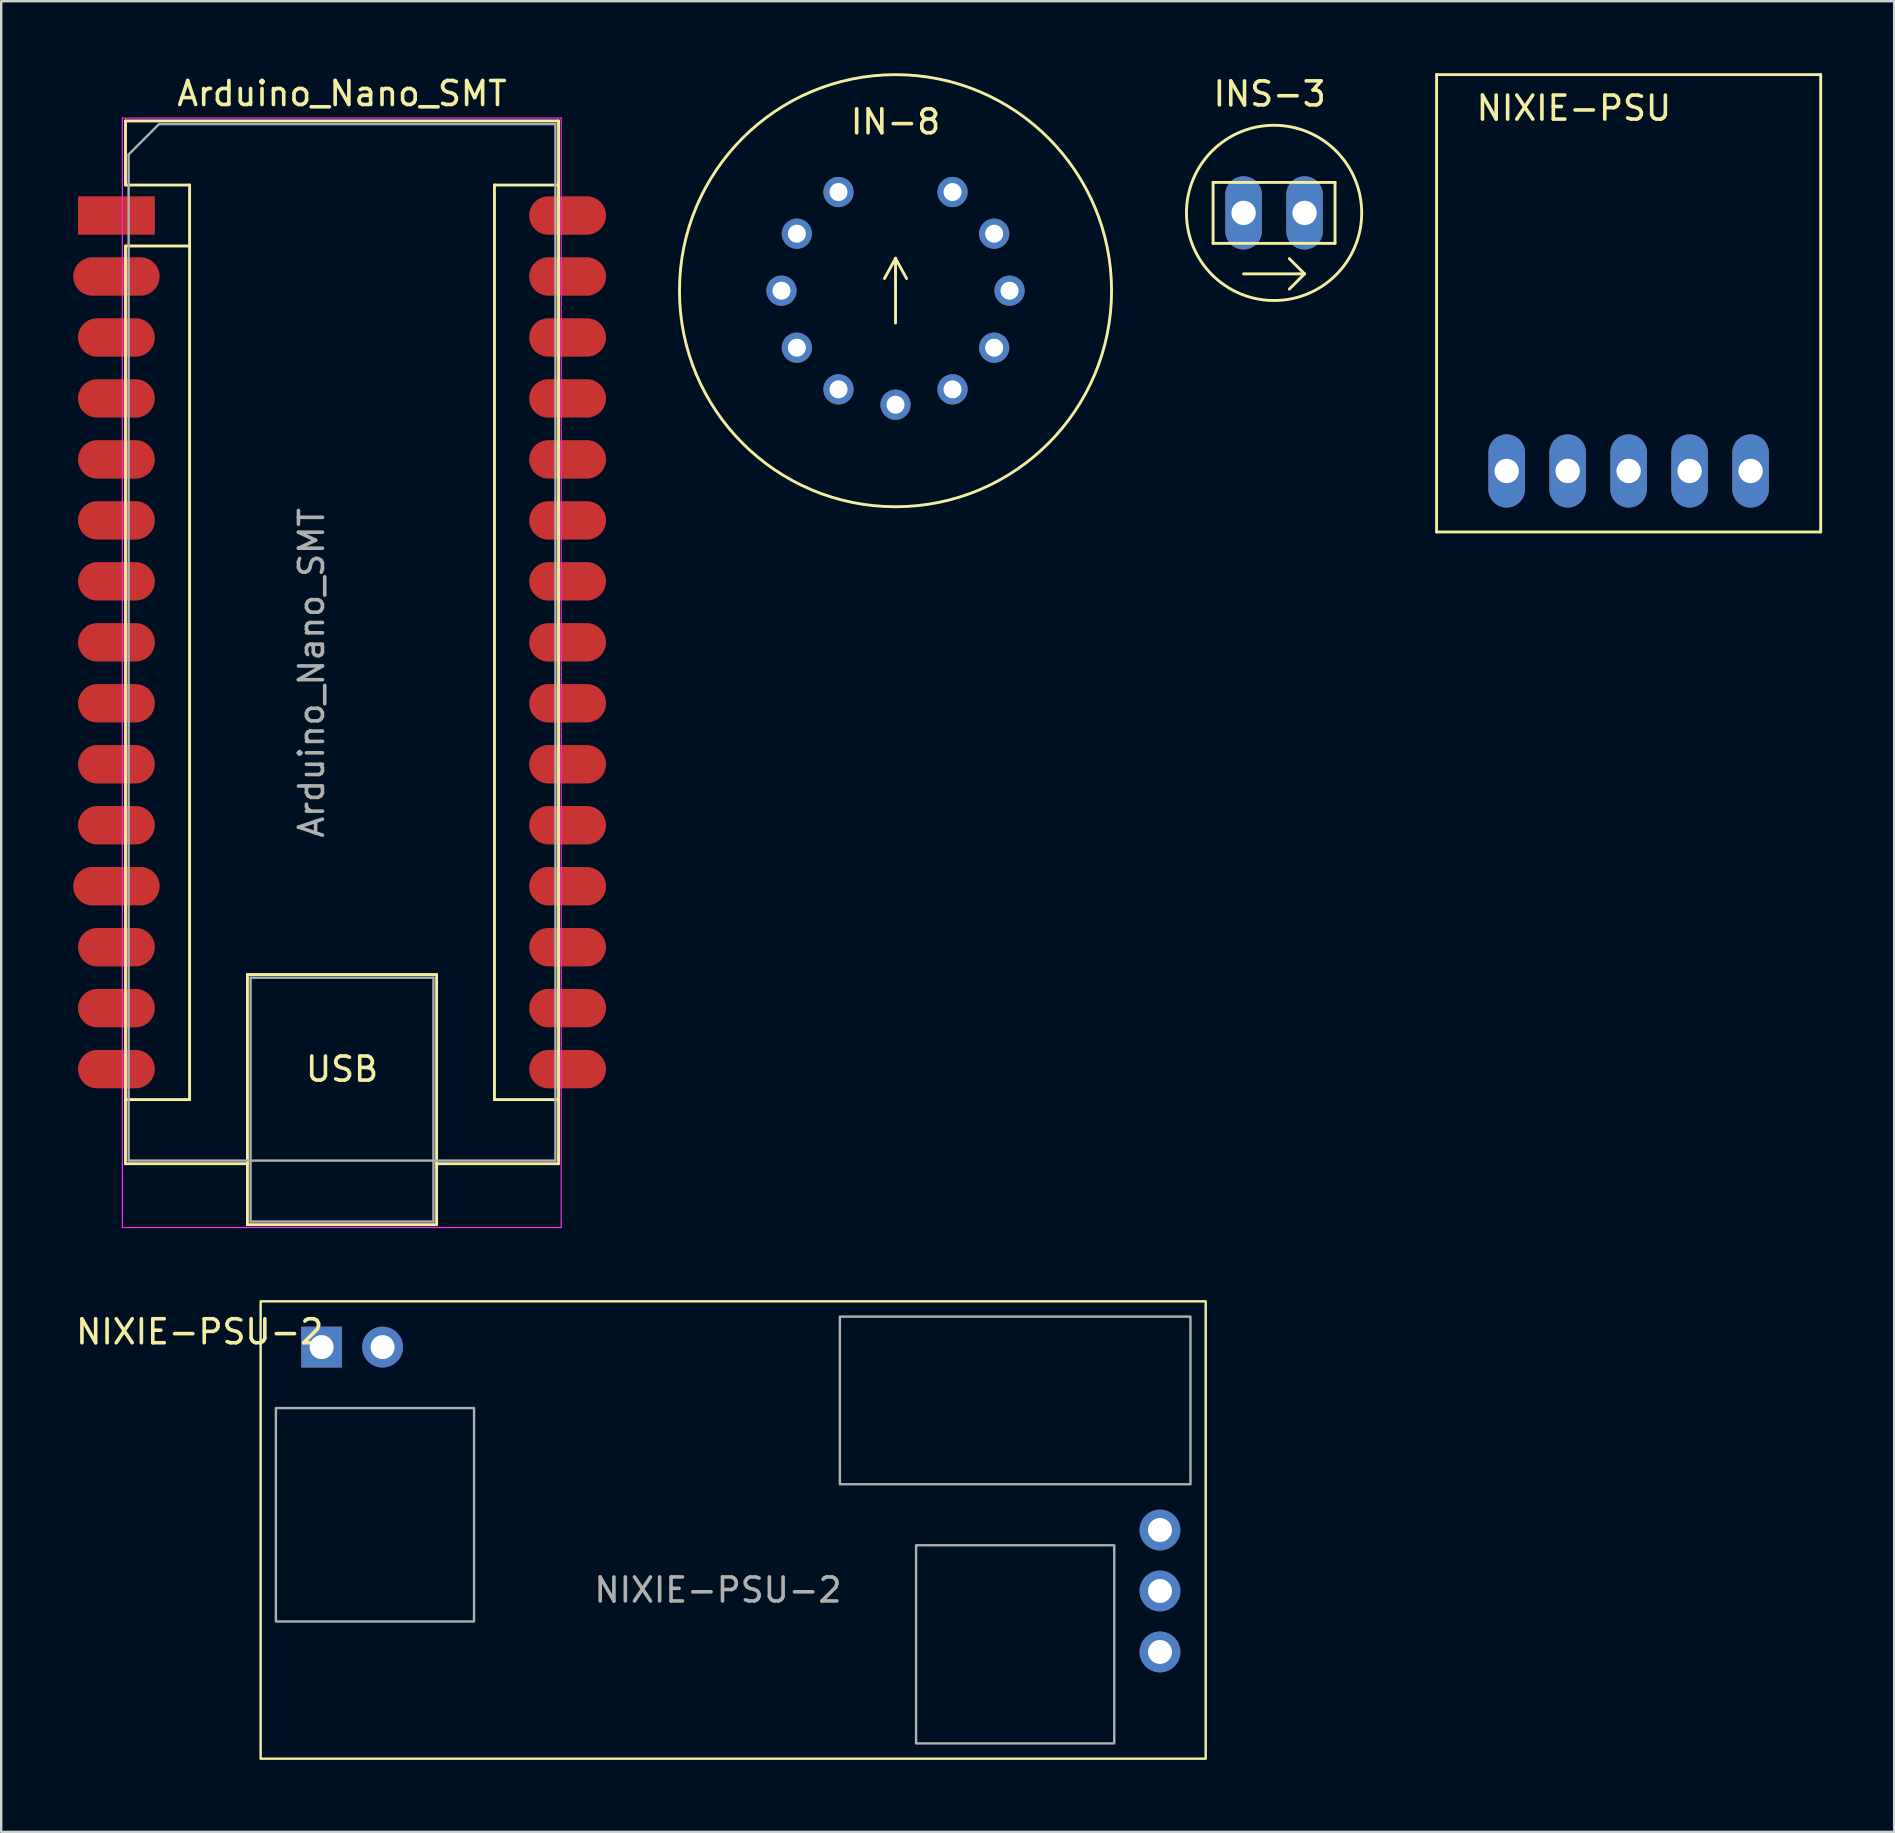
<source format=kicad_pcb>
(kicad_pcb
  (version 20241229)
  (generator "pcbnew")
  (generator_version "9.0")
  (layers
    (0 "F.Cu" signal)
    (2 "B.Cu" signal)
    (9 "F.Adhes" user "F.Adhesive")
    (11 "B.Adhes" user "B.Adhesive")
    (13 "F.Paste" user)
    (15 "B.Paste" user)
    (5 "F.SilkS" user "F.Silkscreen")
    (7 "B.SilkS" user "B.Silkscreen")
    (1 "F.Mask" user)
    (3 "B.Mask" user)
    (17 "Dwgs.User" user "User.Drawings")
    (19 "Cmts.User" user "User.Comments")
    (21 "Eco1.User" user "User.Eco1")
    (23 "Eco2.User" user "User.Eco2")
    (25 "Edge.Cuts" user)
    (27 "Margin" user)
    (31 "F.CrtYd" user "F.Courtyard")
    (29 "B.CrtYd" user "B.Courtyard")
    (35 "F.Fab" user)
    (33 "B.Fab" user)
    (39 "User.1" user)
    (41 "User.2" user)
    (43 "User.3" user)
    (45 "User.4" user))
  (footprint "Arduino_Nano_SMT"
    (layer "F.Cu")
    (at 3.578 5.928)
    (property "Reference" "Arduino_Nano_SMT" (at 7.62 -5.08 0) (layer "F.SilkS") (effects (font (size 1 1) (thickness 0.15))))
    (attr through_hole)
    (fp_line (start -1.4 -3.94) (end -1.4 -1.27) (stroke (width 0.12) (type solid)) (layer "F.SilkS"))
    (fp_line (start -1.4 1.27) (end -1.4 39.5) (stroke (width 0.12) (type solid)) (layer "F.SilkS"))
    (fp_line (start -1.4 39.5) (end 3.68 39.5) (stroke (width 0.12) (type solid)) (layer "F.SilkS"))
    (fp_line (start 1.27 -1.27) (end -1.4 -1.27) (stroke (width 0.12) (type solid)) (layer "F.SilkS"))
    (fp_line (start 1.27 1.27) (end -1.4 1.27) (stroke (width 0.12) (type solid)) (layer "F.SilkS"))
    (fp_line (start 1.27 1.27) (end 1.27 -1.27) (stroke (width 0.12) (type solid)) (layer "F.SilkS"))
    (fp_line (start 1.27 1.27) (end 1.27 36.83) (stroke (width 0.12) (type solid)) (layer "F.SilkS"))
    (fp_line (start 1.27 36.83) (end -1.4 36.83) (stroke (width 0.12) (type solid)) (layer "F.SilkS"))
    (fp_line (start 3.68 31.62) (end 11.56 31.62) (stroke (width 0.12) (type solid)) (layer "F.SilkS"))
    (fp_line (start 3.68 42.04) (end 3.68 31.62) (stroke (width 0.12) (type solid)) (layer "F.SilkS"))
    (fp_line (start 11.56 31.62) (end 11.56 42.04) (stroke (width 0.12) (type solid)) (layer "F.SilkS"))
    (fp_line (start 11.56 42.04) (end 3.68 42.04) (stroke (width 0.12) (type solid)) (layer "F.SilkS"))
    (fp_line (start 13.97 -1.27) (end 13.97 36.83) (stroke (width 0.12) (type solid)) (layer "F.SilkS"))
    (fp_line (start 13.97 -1.27) (end 16.64 -1.27) (stroke (width 0.12) (type solid)) (layer "F.SilkS"))
    (fp_line (start 13.97 36.83) (end 16.64 36.83) (stroke (width 0.12) (type solid)) (layer "F.SilkS"))
    (fp_line (start 16.64 -3.94) (end -1.4 -3.94) (stroke (width 0.12) (type solid)) (layer "F.SilkS"))
    (fp_line (start 16.64 39.5) (end 11.56 39.5) (stroke (width 0.12) (type solid)) (layer "F.SilkS"))
    (fp_line (start 16.64 39.5) (end 16.64 -3.94) (stroke (width 0.12) (type solid)) (layer "F.SilkS"))
    (fp_line (start -1.53 -4.06) (end -1.53 42.16) (stroke (width 0.05) (type solid)) (layer "F.CrtYd"))
    (fp_line (start -1.53 -4.06) (end 16.75 -4.06) (stroke (width 0.05) (type solid)) (layer "F.CrtYd"))
    (fp_line (start 16.75 42.16) (end -1.53 42.16) (stroke (width 0.05) (type solid)) (layer "F.CrtYd"))
    (fp_line (start 16.75 42.16) (end 16.75 -4.06) (stroke (width 0.05) (type solid)) (layer "F.CrtYd"))
    (fp_line (start -1.27 -2.54) (end 0 -3.81) (stroke (width 0.1) (type solid)) (layer "F.Fab"))
    (fp_line (start -1.27 39.37) (end -1.27 -2.54) (stroke (width 0.1) (type solid)) (layer "F.Fab"))
    (fp_line (start 0 -3.81) (end 16.51 -3.81) (stroke (width 0.1) (type solid)) (layer "F.Fab"))
    (fp_line (start 3.81 31.75) (end 11.43 31.75) (stroke (width 0.1) (type solid)) (layer "F.Fab"))
    (fp_line (start 3.81 41.91) (end 3.81 31.75) (stroke (width 0.1) (type solid)) (layer "F.Fab"))
    (fp_line (start 11.43 31.75) (end 11.43 41.91) (stroke (width 0.1) (type solid)) (layer "F.Fab"))
    (fp_line (start 11.43 41.91) (end 3.81 41.91) (stroke (width 0.1) (type solid)) (layer "F.Fab"))
    (fp_line (start 16.51 -3.81) (end 16.51 39.37) (stroke (width 0.1) (type solid)) (layer "F.Fab"))
    (fp_line (start 16.51 39.37) (end -1.27 39.37) (stroke (width 0.1) (type solid)) (layer "F.Fab"))
    (fp_text user "USB" (at 7.62 35.56 0) (unlocked yes) (layer "F.SilkS") (effects (font (size 1 1) (thickness 0.15))))
    (fp_text user "${REFERENCE}" (at 6.35 19.05 90) (layer "F.Fab") (effects (font (size 1 1) (thickness 0.15))))
    (pad "1" smd rect (at -1.778 0) (size 3.2 1.6) (layers "F.Cu" "F.Mask" "F.Paste"))
    (pad "2" smd oval (at -1.778 2.54) (size 3.6 1.6) (layers "F.Cu" "F.Mask" "F.Paste"))
    (pad "3" smd oval (at -1.778 5.08) (size 3.2 1.6) (layers "F.Cu" "F.Mask" "F.Paste"))
    (pad "4" smd oval (at -1.778 7.62) (size 3.2 1.6) (layers "F.Cu" "F.Mask" "F.Paste"))
    (pad "5" smd oval (at -1.778 10.16) (size 3.2 1.6) (layers "F.Cu" "F.Mask" "F.Paste"))
    (pad "6" smd oval (at -1.778 12.7) (size 3.2 1.6) (layers "F.Cu" "F.Mask" "F.Paste"))
    (pad "7" smd oval (at -1.778 15.24) (size 3.2 1.6) (layers "F.Cu" "F.Mask" "F.Paste"))
    (pad "8" smd oval (at -1.778 17.78) (size 3.2 1.6) (layers "F.Cu" "F.Mask" "F.Paste"))
    (pad "9" smd oval (at -1.778 20.32) (size 3.2 1.6) (layers "F.Cu" "F.Mask" "F.Paste"))
    (pad "10" smd oval (at -1.778 22.86) (size 3.2 1.6) (layers "F.Cu" "F.Mask" "F.Paste"))
    (pad "11" smd oval (at -1.778 25.4) (size 3.2 1.6) (layers "F.Cu" "F.Mask" "F.Paste"))
    (pad "12" smd oval (at -1.778 27.94) (size 3.6 1.6) (layers "F.Cu" "F.Mask" "F.Paste"))
    (pad "13" smd oval (at -1.778 30.48) (size 3.2 1.6) (layers "F.Cu" "F.Mask" "F.Paste"))
    (pad "14" smd oval (at -1.778 33.02) (size 3.2 1.6) (layers "F.Cu" "F.Mask" "F.Paste"))
    (pad "15" smd oval (at -1.778 35.56) (size 3.2 1.6) (layers "F.Cu" "F.Mask" "F.Paste"))
    (pad "16" smd oval (at 17.018 35.56) (size 3.2 1.6) (layers "F.Cu" "F.Mask" "F.Paste"))
    (pad "17" smd oval (at 17.018 33.02) (size 3.2 1.6) (layers "F.Cu" "F.Mask" "F.Paste"))
    (pad "18" smd oval (at 17.018 30.48) (size 3.2 1.6) (layers "F.Cu" "F.Mask" "F.Paste"))
    (pad "19" smd oval (at 17.018 27.94) (size 3.2 1.6) (layers "F.Cu" "F.Mask" "F.Paste"))
    (pad "20" smd oval (at 17.018 25.4) (size 3.2 1.6) (layers "F.Cu" "F.Mask" "F.Paste"))
    (pad "21" smd oval (at 17.018 22.86) (size 3.2 1.6) (layers "F.Cu" "F.Mask" "F.Paste"))
    (pad "22" smd oval (at 17.018 20.32) (size 3.2 1.6) (layers "F.Cu" "F.Mask" "F.Paste"))
    (pad "23" smd oval (at 17.018 17.78) (size 3.2 1.6) (layers "F.Cu" "F.Mask" "F.Paste"))
    (pad "24" smd oval (at 17.018 15.24) (size 3.2 1.6) (layers "F.Cu" "F.Mask" "F.Paste"))
    (pad "25" smd oval (at 17.018 12.7) (size 3.2 1.6) (layers "F.Cu" "F.Mask" "F.Paste"))
    (pad "26" smd oval (at 17.018 10.16) (size 3.2 1.6) (layers "F.Cu" "F.Mask" "F.Paste"))
    (pad "27" smd oval (at 17.018 7.62) (size 3.2 1.6) (layers "F.Cu" "F.Mask" "F.Paste"))
    (pad "28" smd oval (at 17.018 5.08) (size 3.2 1.6) (layers "F.Cu" "F.Mask" "F.Paste"))
    (pad "29" smd oval (at 17.018 2.54) (size 3.2 1.6) (layers "F.Cu" "F.Mask" "F.Paste"))
    (pad "30" smd oval (at 17.018 0) (size 3.2 1.6) (layers "F.Cu" "F.Mask" "F.Paste")))
  (footprint "NIXIE-PSU-2"
    (layer "F.Cu")
    (at 26.858 60.688)
    (property "Reference" "NIXIE-PSU-2" (at -21.59 -8.255 0) (unlocked yes) (layer "F.SilkS") (effects (font (size 1 1) (thickness 0.15))))
    (attr smd)
    (fp_rect (start -19.05 -9.525) (end 20.32 9.525) (stroke (width 0.1) (type default)) (fill no) (layer "F.SilkS"))
    (fp_rect (start -18.415 -5.08) (end -10.16 3.81) (stroke (width 0.1) (type default)) (fill no) (layer "F.Fab"))
    (fp_rect (start 5.08 -8.89) (end 19.685 -1.905) (stroke (width 0.1) (type default)) (fill no) (layer "F.Fab"))
    (fp_rect (start 8.255 0.635) (end 16.51 8.89) (stroke (width 0.1) (type default)) (fill no) (layer "F.Fab"))
    (fp_text user "${REFERENCE}" (at 0 2.5 0) (unlocked yes) (layer "F.Fab") (effects (font (size 1 1) (thickness 0.15))))
    (pad "1" thru_hole rect (at -16.51 -7.62 90) (size 1.7 1.7) (drill 1) (layers "*.Cu" "*.Mask"))
    (pad "2" thru_hole circle (at -13.97 -7.62 90) (size 1.7 1.7) (drill 1) (layers "*.Cu" "*.Mask"))
    (pad "3" thru_hole circle (at 18.415 0 180) (size 1.7 1.7) (drill 1) (layers "*.Cu" "*.Mask"))
    (pad "4" thru_hole circle (at 18.415 2.54 180) (size 1.7 1.7) (drill 1) (layers "*.Cu" "*.Mask"))
    (pad "5" thru_hole circle (at 18.415 5.08 180) (size 1.7 1.7) (drill 1) (layers "*.Cu" "*.Mask")))
  (footprint "NIXIE-PSU"
    (layer "F.Cu")
    (at 64.797 16.57)
    (property "Reference" "NIXIE-PSU" (at -6.426 -14.529 0) (layer "F.SilkS") (effects (font (size 1 1) (thickness 0.15)) (justify left bottom)))
    (fp_line (start -8.001 -16.51) (end -8.001 2.54) (stroke (width 0.12) (type solid)) (layer "F.SilkS"))
    (fp_line (start -8.001 2.54) (end 8.001 2.54) (stroke (width 0.12) (type solid)) (layer "F.SilkS"))
    (fp_line (start 8.001 -16.51) (end -8.001 -16.51) (stroke (width 0.12) (type solid)) (layer "F.SilkS"))
    (fp_line (start 8.001 2.54) (end 8.001 -16.51) (stroke (width 0.12) (type solid)) (layer "F.SilkS"))
    (fp_poly (pts (xy -5.334 0.254) (xy -4.826 0.254) (xy -4.826 -0.254) (xy -5.334 -0.254)) (stroke (width 0.1) (type default)) (fill no) (layer "F.Fab"))
    (fp_poly (pts (xy -2.794 0.254) (xy -2.286 0.254) (xy -2.286 -0.254) (xy -2.794 -0.254)) (stroke (width 0.1) (type default)) (fill no) (layer "F.Fab"))
    (fp_poly (pts (xy -0.254 0.254) (xy 0.254 0.254) (xy 0.254 -0.254) (xy -0.254 -0.254)) (stroke (width 0.1) (type default)) (fill no) (layer "F.Fab"))
    (fp_poly (pts (xy 2.286 0.254) (xy 2.794 0.254) (xy 2.794 -0.254) (xy 2.286 -0.254)) (stroke (width 0.1) (type default)) (fill no) (layer "F.Fab"))
    (fp_poly (pts (xy 4.826 0.254) (xy 5.334 0.254) (xy 5.334 -0.254) (xy 4.826 -0.254)) (stroke (width 0.1) (type default)) (fill no) (layer "F.Fab"))
    (pad "1" thru_hole oval (at -5.08 0 90) (size 3.048 1.524) (drill 1.016) (layers "*.Cu" "*.Mask"))
    (pad "2" thru_hole oval (at -2.54 0 90) (size 3.048 1.524) (drill 1.016) (layers "*.Cu" "*.Mask"))
    (pad "3" thru_hole oval (at 0 0 90) (size 3.048 1.524) (drill 1.016) (layers "*.Cu" "*.Mask"))
    (pad "4" thru_hole oval (at 2.54 0 90) (size 3.048 1.524) (drill 1.016) (layers "*.Cu" "*.Mask"))
    (pad "5" thru_hole oval (at 5.08 0 90) (size 3.048 1.524) (drill 1.016) (layers "*.Cu" "*.Mask")))
  (footprint "INS-3"
    (layer "F.Cu")
    (at 50.026 5.819)
    (property "Reference" "INS-3" (at -2.616 -4.369 0) (layer "F.SilkS") (effects (font (size 1 1) (thickness 0.15)) (justify left bottom)))
    (fp_line (start -2.54 -1.27) (end -2.54 1.27) (stroke (width 0.12) (type solid)) (layer "F.SilkS"))
    (fp_line (start -2.54 1.27) (end 2.54 1.27) (stroke (width 0.12) (type solid)) (layer "F.SilkS"))
    (fp_line (start -1.27 2.54) (end 1.27 2.54) (stroke (width 0.12) (type solid)) (layer "F.SilkS"))
    (fp_line (start 1.27 2.54) (end 0.635 1.905) (stroke (width 0.12) (type solid)) (layer "F.SilkS"))
    (fp_line (start 1.27 2.54) (end 0.635 3.175) (stroke (width 0.12) (type solid)) (layer "F.SilkS"))
    (fp_line (start 2.54 -1.27) (end -2.54 -1.27) (stroke (width 0.12) (type solid)) (layer "F.SilkS"))
    (fp_line (start 2.54 1.27) (end 2.54 -1.27) (stroke (width 0.12) (type solid)) (layer "F.SilkS"))
    (fp_circle (center 0 0) (end 3.65 0) (stroke (width 0.12) (type solid)) (fill no) (layer "F.SilkS"))
    (fp_poly (pts (xy -1.524 0.254) (xy -1.016 0.254) (xy -1.016 -0.254) (xy -1.524 -0.254)) (stroke (width 0.1) (type default)) (fill no) (layer "F.Fab"))
    (fp_poly (pts (xy 1.016 0.254) (xy 1.524 0.254) (xy 1.524 -0.254) (xy 1.016 -0.254)) (stroke (width 0.1) (type default)) (fill no) (layer "F.Fab"))
    (pad "A" thru_hole oval (at -1.27 0 90) (size 3.048 1.524) (drill 1.016) (layers "*.Cu" "*.Mask"))
    (pad "C" thru_hole oval (at 1.27 0 90) (size 3.048 1.524) (drill 1.016) (layers "*.Cu" "*.Mask")))
  (footprint "IN-8"
    (layer "F.Cu")
    (at 34.256 9.06)
    (property "Reference" "IN-8" (at 0 -7.62 0) (layer "F.SilkS") (effects (font (size 1 1) (thickness 0.15)) (justify top)))
    (fp_line (start -0.46 -0.508) (end 0 -1.349) (stroke (width 0.12) (type solid)) (layer "F.SilkS"))
    (fp_line (start 0 1.349) (end 0 -1.349) (stroke (width 0.12) (type solid)) (layer "F.SilkS"))
    (fp_line (start 0.46 -0.508) (end 0 -1.349) (stroke (width 0.12) (type solid)) (layer "F.SilkS"))
    (fp_circle (center 0 0) (end 9 0) (stroke (width 0.12) (type solid)) (fill no) (layer "F.SilkS"))
    (pad "1" thru_hole circle (at -2.375 -4.11) (size 1.258 1.258) (drill 0.75) (layers "*.Cu" "*.Mask"))
    (pad "2" thru_hole circle (at -4.11 -2.375) (size 1.258 1.258) (drill 0.75) (layers "*.Cu" "*.Mask"))
    (pad "3" thru_hole circle (at -4.75 0) (size 1.258 1.258) (drill 0.75) (layers "*.Cu" "*.Mask"))
    (pad "4" thru_hole circle (at -4.11 2.375) (size 1.258 1.258) (drill 0.75) (layers "*.Cu" "*.Mask"))
    (pad "5" thru_hole circle (at -2.375 4.11) (size 1.258 1.258) (drill 0.75) (layers "*.Cu" "*.Mask"))
    (pad "6" thru_hole circle (at 0 4.75) (size 1.258 1.258) (drill 0.75) (layers "*.Cu" "*.Mask"))
    (pad "7" thru_hole circle (at 2.375 4.11) (size 1.258 1.258) (drill 0.75) (layers "*.Cu" "*.Mask"))
    (pad "8" thru_hole circle (at 4.11 2.375) (size 1.258 1.258) (drill 0.75) (layers "*.Cu" "*.Mask"))
    (pad "9" thru_hole circle (at 4.75 0) (size 1.258 1.258) (drill 0.75) (layers "*.Cu" "*.Mask"))
    (pad "10" thru_hole circle (at 4.11 -2.375) (size 1.258 1.258) (drill 0.75) (layers "*.Cu" "*.Mask"))
    (pad "A" thru_hole circle (at 2.375 -4.11) (size 1.258 1.258) (drill 0.75) (layers "*.Cu" "*.Mask")))
  (gr_rect
    (start -3 -3)
    (end 75.858 73.263)
    (stroke (width 0.1) (type default))
    (fill no)
    (layer "Edge.Cuts")))
</source>
